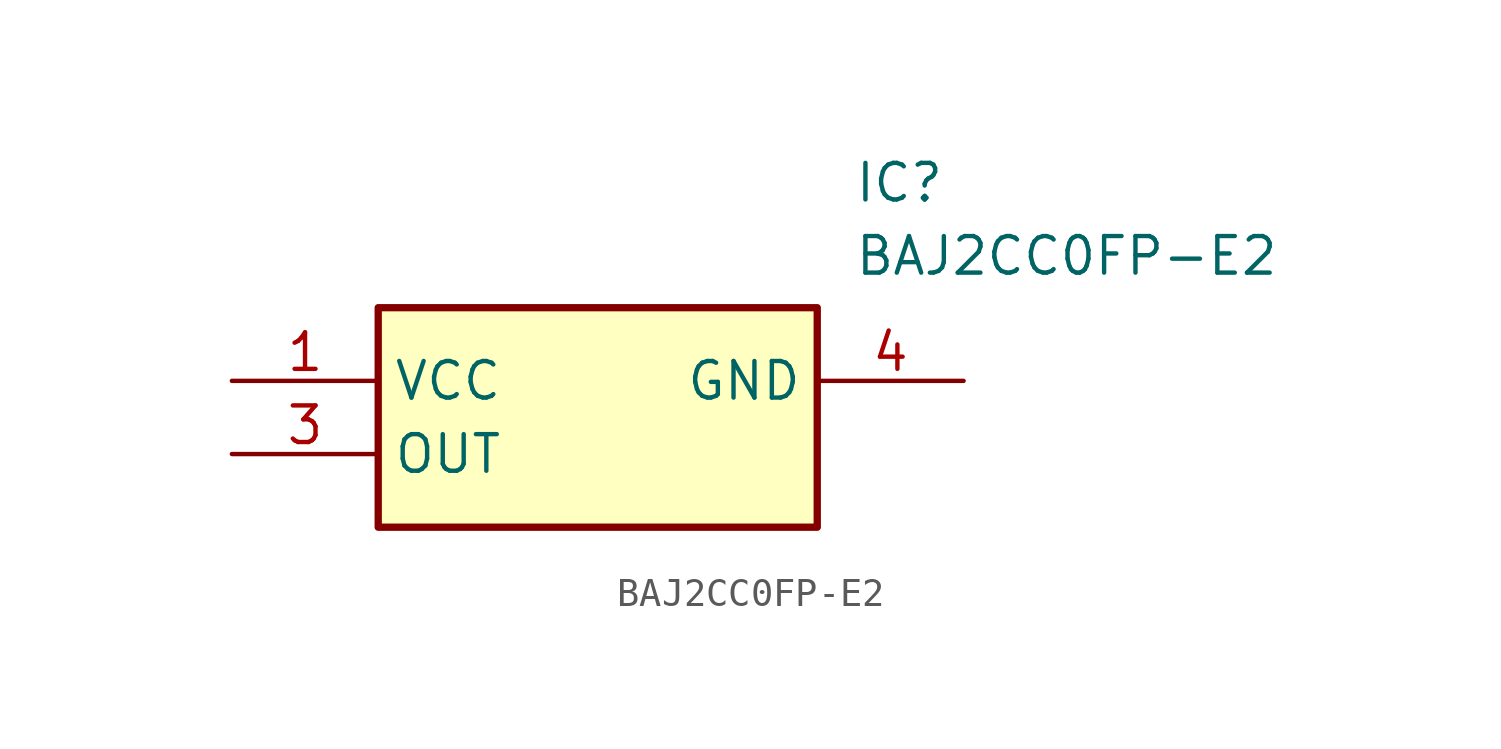
<source format=kicad_sym>
(kicad_symbol_lib
  (version 20211014)
  (generator SamacSys_ECAD_Model)
  (symbol "BAJ2CC0FP-E2"
    (property "Reference" "IC"
      (at 21.59 7.62 0)
      (effects (font (size 1.27 1.27)) (justify left top)))
    (property "Value" "BAJ2CC0FP-E2"
      (at 21.59 5.08 0)
      (effects (font (size 1.27 1.27)) (justify left top)))
    (rectangle
      (start 5.08 2.54)
      (end 20.32 -5.08)
      (stroke (width 0.254) (type default))
      (fill (type background)))
    (pin passive line
      (at 0 0 0)
      (length 5.08)
      (name "VCC" (effects (font (size 1.27 1.27))))
      (number "1" (effects (font (size 1.27 1.27)))))
    (pin passive line
      (at 0 -2.54 0)
      (length 5.08)
      (name "OUT" (effects (font (size 1.27 1.27))))
      (number "3" (effects (font (size 1.27 1.27)))))
    (pin passive line
      (at 25.4 0 180)
      (length 5.08)
      (name "GND" (effects (font (size 1.27 1.27))))
      (number "4" (effects (font (size 1.27 1.27)))))))
</source>
